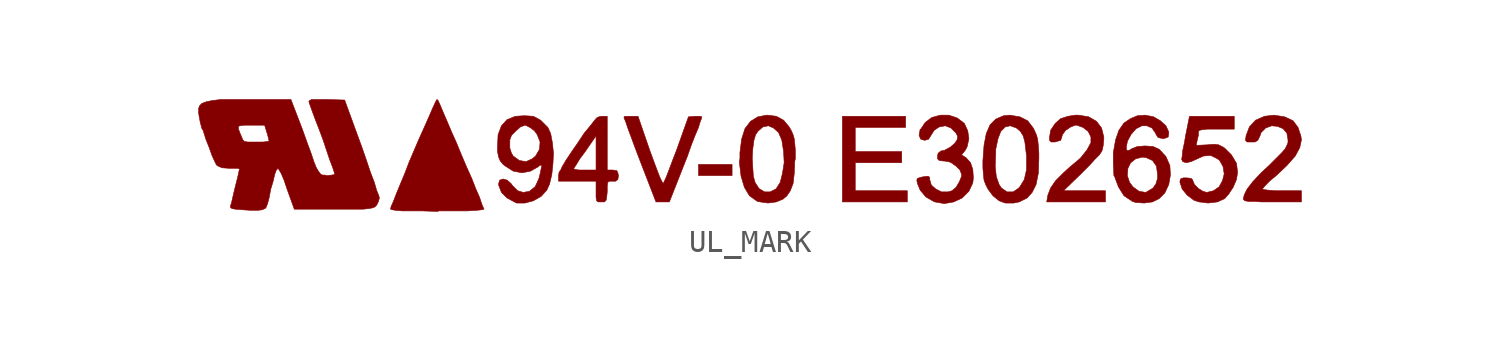
<source format=kicad_sym>
(kicad_symbol_lib
  (version 20220914)
  (generator kicad_symbol_editor)
  (symbol "UL_MARK"
    (pin_names
      (offset 1.016))
    (property "Reference" "LOGO"
      (at 0 -1.778 0)
      (effects (font (size 1.524 1.524)) hide))
    (symbol "UL_MARK_0_0"
      (polyline (pts (xy -0.762 -0.406) (xy -2.286 -0.406) (xy -2.286 -0.914) (xy -0.762 -0.914) (xy -0.762 -0.406)) (stroke (width 0.025) (type solid)) (fill (type outline)))
      (polyline (pts (xy 7.188 -1.6) (xy 4.826 -1.6) (xy 4.826 -0.33) (xy 6.934 -0.33) (xy 6.934 0.178) (xy 4.826 0.178) (xy 4.826 1.27) (xy 7.112 1.27) (xy 7.112 1.778) (xy 4.242 1.778) (xy 4.242 -2.108) (xy 7.188 -2.108) (xy 7.188 -1.6)) (stroke (width 0.025) (type solid)) (fill (type outline)))
      (polyline (pts (xy -2.896 -0.305) (xy -2.794 -0.051) (xy -2.616 0.457) (xy -2.438 0.914) (xy -2.286 1.27) (xy -2.21 1.524) (xy -2.159 1.651) (xy -2.134 1.753) (xy -2.21 1.778) (xy -2.413 1.778) (xy -2.743 1.753) (xy -3.277 0.254) (xy -3.454 -0.203) (xy -3.607 -0.61) (xy -3.734 -0.94) (xy -3.835 -1.168) (xy -3.886 -1.27) (xy -3.937 -1.194) (xy -4.039 -0.991) (xy -4.166 -0.66) (xy -4.318 -0.254) (xy -4.496 0.229) (xy -5.029 1.778) (xy -5.613 1.778) (xy -5.664 1.753) (xy -5.664 1.702) (xy -5.588 1.524) (xy -5.486 1.219) (xy -5.334 0.813) (xy -5.156 0.33) (xy -4.953 -0.203) (xy -4.216 -2.108) (xy -3.607 -2.108) (xy -2.896 -0.305)) (stroke (width 0.025) (type solid)) (fill (type outline)))
      (polyline (pts (xy -14.046 -2.515) (xy -12.751 -2.515) (xy -12.344 -2.489) (xy -12.116 -2.464) (xy -12.014 -2.438) (xy -12.04 -2.388) (xy -12.116 -2.21) (xy -12.217 -1.905) (xy -12.395 -1.499) (xy -12.573 -1.041) (xy -12.802 -0.533) (xy -13.03 0) (xy -13.259 0.559) (xy -13.487 1.067) (xy -13.691 1.549) (xy -13.868 1.956) (xy -13.995 2.261) (xy -14.097 2.489) (xy -14.148 2.54) (xy -14.173 2.515) (xy -14.249 2.362) (xy -14.376 2.083) (xy -14.529 1.727) (xy -14.732 1.27) (xy -14.961 0.762) (xy -15.418 -0.305) (xy -15.621 -0.838) (xy -15.824 -1.321) (xy -16.002 -1.753) (xy -16.129 -2.083) (xy -16.231 -2.311) (xy -16.256 -2.413) (xy -16.256 -2.438) (xy -16.18 -2.464) (xy -16.027 -2.489) (xy -15.748 -2.515) (xy -14.834 -2.515) (xy -14.148 -2.54) (xy -14.046 -2.515)) (stroke (width 0.025) (type solid)) (fill (type outline)))
      (polyline (pts (xy -6.477 -2.032) (xy -6.452 -1.905) (xy -6.426 -1.651) (xy -6.426 -1.372) (xy -6.401 -1.219) (xy -6.325 -1.168) (xy -6.045 -1.168) (xy -5.944 -1.092) (xy -5.918 -0.914) (xy -5.944 -0.787) (xy -5.994 -0.686) (xy -6.172 -0.66) (xy -6.426 -0.66) (xy -6.426 1.778) (xy -6.706 1.778) (xy -6.807 1.753) (xy -6.909 1.702) (xy -7.036 1.549) (xy -7.214 1.321) (xy -7.468 1.016) (xy -7.772 0.559) (xy -8.001 0.229) (xy -8.306 -0.229) (xy -8.484 -0.533) (xy -8.509 -0.61) (xy -7.95 -0.61) (xy -7.925 -0.559) (xy -7.823 -0.406) (xy -7.671 -0.152) (xy -7.442 0.152) (xy -6.934 0.889) (xy -6.934 -0.66) (xy -7.696 -0.66) (xy -7.874 -0.635) (xy -7.95 -0.61) (xy -8.509 -0.61) (xy -8.611 -0.762) (xy -8.636 -0.914) (xy -8.636 -1.168) (xy -6.934 -1.168) (xy -6.934 -1.905) (xy -6.909 -2.057) (xy -6.833 -2.108) (xy -6.553 -2.108) (xy -6.477 -2.032)) (stroke (width 0.025) (type solid)) (fill (type outline)))
      (polyline (pts (xy 16.18 -1.6) (xy 14.275 -1.6) (xy 15.088 -0.813) (xy 15.443 -0.457) (xy 15.697 -0.178) (xy 15.9 0.025) (xy 16.002 0.178) (xy 16.027 0.229) (xy 16.078 0.457) (xy 16.104 0.737) (xy 16.104 0.838) (xy 16.002 1.245) (xy 15.773 1.549) (xy 15.418 1.753) (xy 14.961 1.829) (xy 14.808 1.829) (xy 14.478 1.778) (xy 14.249 1.702) (xy 14.148 1.676) (xy 13.894 1.448) (xy 13.691 1.143) (xy 13.64 0.813) (xy 13.64 0.686) (xy 13.716 0.61) (xy 13.894 0.61) (xy 13.97 0.635) (xy 14.148 0.686) (xy 14.199 0.838) (xy 14.224 0.94) (xy 14.376 1.143) (xy 14.605 1.295) (xy 14.808 1.372) (xy 14.884 1.372) (xy 15.164 1.27) (xy 15.392 1.092) (xy 15.519 0.838) (xy 15.519 0.584) (xy 15.342 0.254) (xy 15.037 -0.127) (xy 14.554 -0.533) (xy 14.3 -0.762) (xy 13.919 -1.143) (xy 13.691 -1.473) (xy 13.564 -1.803) (xy 13.513 -2.108) (xy 16.18 -2.108) (xy 16.18 -1.6)) (stroke (width 0.025) (type solid)) (fill (type outline)))
      (polyline (pts (xy 25.07 -1.6) (xy 23.876 -1.6) (xy 23.571 -1.575) (xy 23.368 -1.549) (xy 23.292 -1.524) (xy 23.317 -1.499) (xy 23.444 -1.346) (xy 23.647 -1.143) (xy 23.927 -0.914) (xy 24.409 -0.457) (xy 24.79 -0.025) (xy 24.994 0.356) (xy 25.07 0.711) (xy 25.044 0.889) (xy 24.917 1.27) (xy 24.689 1.575) (xy 24.308 1.753) (xy 23.825 1.829) (xy 23.393 1.778) (xy 22.987 1.6) (xy 22.708 1.295) (xy 22.555 0.889) (xy 22.555 0.864) (xy 22.53 0.686) (xy 22.606 0.61) (xy 22.962 0.61) (xy 23.089 0.686) (xy 23.19 0.889) (xy 23.241 1.041) (xy 23.444 1.245) (xy 23.724 1.346) (xy 23.978 1.321) (xy 24.232 1.219) (xy 24.409 1.016) (xy 24.46 0.711) (xy 24.46 0.584) (xy 24.409 0.457) (xy 24.333 0.305) (xy 24.181 0.127) (xy 23.597 -0.457) (xy 23.216 -0.813) (xy 22.86 -1.194) (xy 22.606 -1.524) (xy 22.479 -1.778) (xy 22.428 -1.981) (xy 22.504 -2.057) (xy 22.657 -2.083) (xy 22.885 -2.083) (xy 23.241 -2.108) (xy 25.07 -2.108) (xy 25.07 -1.6)) (stroke (width 0.025) (type solid)) (fill (type outline)))
      (polyline (pts (xy 12.268 -2.108) (xy 12.624 -1.93) (xy 12.852 -1.676) (xy 13.03 -1.321) (xy 13.132 -0.813) (xy 13.157 -0.152) (xy 13.157 0.102) (xy 13.132 0.457) (xy 13.106 0.711) (xy 13.056 0.914) (xy 12.954 1.143) (xy 12.903 1.245) (xy 12.649 1.575) (xy 12.294 1.753) (xy 11.836 1.829) (xy 11.557 1.803) (xy 11.201 1.651) (xy 10.947 1.397) (xy 10.77 0.991) (xy 10.668 0.457) (xy 10.617 -0.254) (xy 10.617 -0.483) (xy 11.176 -0.483) (xy 11.201 0.127) (xy 11.201 0.279) (xy 11.303 0.762) (xy 11.43 1.092) (xy 11.633 1.295) (xy 11.862 1.346) (xy 12.141 1.245) (xy 12.319 1.092) (xy 12.446 0.889) (xy 12.522 0.61) (xy 12.573 0.178) (xy 12.598 -0.025) (xy 12.598 -0.635) (xy 12.497 -1.092) (xy 12.294 -1.422) (xy 12.217 -1.499) (xy 11.989 -1.651) (xy 11.709 -1.651) (xy 11.455 -1.473) (xy 11.354 -1.321) (xy 11.227 -0.965) (xy 11.176 -0.483) (xy 10.617 -0.483) (xy 10.617 -0.559) (xy 10.643 -0.889) (xy 10.668 -1.118) (xy 10.744 -1.321) (xy 10.846 -1.524) (xy 11.074 -1.829) (xy 11.354 -2.057) (xy 11.633 -2.159) (xy 12.014 -2.159) (xy 12.268 -2.108)) (stroke (width 0.025) (type solid)) (fill (type outline)))
      (polyline (pts (xy 1.245 -2.108) (xy 1.549 -1.981) (xy 1.727 -1.829) (xy 1.88 -1.6) (xy 2.007 -1.27) (xy 2.057 -0.838) (xy 2.083 -0.254) (xy 2.108 -0.152) (xy 2.108 0.254) (xy 2.083 0.533) (xy 2.057 0.762) (xy 2.007 0.94) (xy 1.93 1.118) (xy 1.829 1.295) (xy 1.575 1.6) (xy 1.245 1.778) (xy 0.838 1.829) (xy 0.813 1.829) (xy 0.406 1.753) (xy 0.076 1.549) (xy -0.178 1.219) (xy -0.33 0.737) (xy -0.406 0.127) (xy -0.406 -0.127) (xy 0.152 -0.127) (xy 0.178 0.305) (xy 0.229 0.686) (xy 0.305 0.94) (xy 0.406 1.092) (xy 0.635 1.295) (xy 0.889 1.346) (xy 1.118 1.245) (xy 1.346 1.041) (xy 1.499 0.686) (xy 1.499 0.66) (xy 1.575 0.178) (xy 1.6 -0.33) (xy 1.524 -0.813) (xy 1.422 -1.219) (xy 1.245 -1.499) (xy 1.219 -1.524) (xy 0.965 -1.651) (xy 0.711 -1.651) (xy 0.457 -1.499) (xy 0.279 -1.219) (xy 0.203 -0.94) (xy 0.178 -0.559) (xy 0.152 -0.127) (xy -0.406 -0.127) (xy -0.432 -0.305) (xy -0.356 -0.94) (xy -0.203 -1.448) (xy 0.025 -1.829) (xy 0.381 -2.083) (xy 0.508 -2.108) (xy 0.864 -2.159) (xy 1.245 -2.108)) (stroke (width 0.025) (type solid)) (fill (type outline)))
      (polyline (pts (xy 21.26 -2.108) (xy 21.59 -1.956) (xy 21.768 -1.753) (xy 21.971 -1.448) (xy 22.123 -1.092) (xy 22.174 -0.762) (xy 22.123 -0.356) (xy 21.895 0.025) (xy 21.59 0.33) (xy 21.514 0.381) (xy 21.311 0.483) (xy 21.107 0.508) (xy 20.803 0.483) (xy 20.295 0.457) (xy 20.345 0.711) (xy 20.396 0.914) (xy 20.396 1.092) (xy 20.447 1.143) (xy 20.574 1.168) (xy 20.803 1.194) (xy 22.022 1.194) (xy 22.022 1.778) (xy 19.99 1.778) (xy 19.812 0.889) (xy 19.761 0.584) (xy 19.685 0.229) (xy 19.66 -0.025) (xy 19.634 -0.178) (xy 19.685 -0.279) (xy 19.837 -0.33) (xy 20.066 -0.279) (xy 20.625 -0.025) (xy 20.955 0) (xy 21.26 -0.152) (xy 21.361 -0.229) (xy 21.514 -0.508) (xy 21.565 -0.838) (xy 21.488 -1.143) (xy 21.336 -1.422) (xy 21.082 -1.6) (xy 20.777 -1.676) (xy 20.599 -1.626) (xy 20.396 -1.499) (xy 20.218 -1.321) (xy 20.142 -1.143) (xy 20.142 -1.118) (xy 20.066 -1.041) (xy 19.863 -1.016) (xy 19.71 -1.016) (xy 19.583 -1.067) (xy 19.558 -1.168) (xy 19.558 -1.219) (xy 19.66 -1.524) (xy 19.888 -1.803) (xy 20.193 -2.032) (xy 20.422 -2.108) (xy 20.828 -2.159) (xy 21.26 -2.108)) (stroke (width 0.025) (type solid)) (fill (type outline)))
      (polyline (pts (xy 9.296 -2.108) (xy 9.677 -1.93) (xy 9.982 -1.626) (xy 10.16 -1.245) (xy 10.185 -1.016) (xy 10.16 -0.635) (xy 10.058 -0.33) (xy 9.855 -0.102) (xy 9.652 0.025) (xy 9.83 0.254) (xy 9.906 0.406) (xy 9.982 0.762) (xy 9.931 1.118) (xy 9.779 1.448) (xy 9.754 1.473) (xy 9.449 1.702) (xy 9.068 1.829) (xy 8.687 1.829) (xy 8.306 1.727) (xy 8.001 1.499) (xy 7.798 1.194) (xy 7.772 1.194) (xy 7.722 0.914) (xy 7.798 0.737) (xy 7.976 0.686) (xy 8.153 0.737) (xy 8.407 1.143) (xy 8.636 1.295) (xy 8.915 1.346) (xy 9.169 1.245) (xy 9.398 1.016) (xy 9.474 0.864) (xy 9.449 0.711) (xy 9.347 0.559) (xy 9.144 0.381) (xy 8.865 0.229) (xy 8.712 0.203) (xy 8.585 0.102) (xy 8.56 -0.025) (xy 8.56 -0.152) (xy 8.636 -0.229) (xy 8.839 -0.254) (xy 8.89 -0.254) (xy 9.144 -0.305) (xy 9.398 -0.483) (xy 9.576 -0.66) (xy 9.652 -0.864) (xy 9.652 -0.94) (xy 9.55 -1.194) (xy 9.398 -1.448) (xy 9.22 -1.6) (xy 9.042 -1.651) (xy 8.738 -1.651) (xy 8.484 -1.524) (xy 8.28 -1.346) (xy 8.204 -1.092) (xy 8.204 -0.991) (xy 8.128 -0.94) (xy 7.925 -0.965) (xy 7.798 -0.991) (xy 7.645 -1.041) (xy 7.62 -1.118) (xy 7.645 -1.27) (xy 7.772 -1.575) (xy 8.026 -1.88) (xy 8.331 -2.057) (xy 8.433 -2.108) (xy 8.865 -2.184) (xy 9.296 -2.108)) (stroke (width 0.025) (type solid)) (fill (type outline)))
      (polyline (pts (xy 18.313 -2.108) (xy 18.618 -1.956) (xy 18.872 -1.702) (xy 19.05 -1.321) (xy 19.126 -0.889) (xy 19.101 -0.457) (xy 18.923 -0.051) (xy 18.644 0.254) (xy 18.618 0.279) (xy 18.339 0.406) (xy 17.983 0.432) (xy 17.628 0.406) (xy 17.374 0.305) (xy 17.247 0.229) (xy 17.145 0.229) (xy 17.12 0.356) (xy 17.17 0.61) (xy 17.17 0.635) (xy 17.348 0.965) (xy 17.577 1.219) (xy 17.831 1.346) (xy 18.059 1.346) (xy 18.288 1.245) (xy 18.466 0.991) (xy 18.466 0.965) (xy 18.567 0.813) (xy 18.796 0.762) (xy 18.898 0.787) (xy 19.025 0.838) (xy 19.05 0.991) (xy 19.05 1.067) (xy 18.923 1.346) (xy 18.669 1.575) (xy 18.364 1.753) (xy 17.983 1.829) (xy 17.628 1.803) (xy 17.323 1.676) (xy 17.018 1.473) (xy 16.789 1.143) (xy 16.637 0.711) (xy 16.535 0.127) (xy 16.535 -0.33) (xy 16.561 -0.914) (xy 17.17 -0.914) (xy 17.196 -0.584) (xy 17.323 -0.33) (xy 17.551 -0.152) (xy 17.856 -0.076) (xy 18.034 -0.102) (xy 18.313 -0.229) (xy 18.491 -0.483) (xy 18.542 -0.864) (xy 18.542 -1.041) (xy 18.466 -1.295) (xy 18.339 -1.473) (xy 18.263 -1.524) (xy 18.009 -1.676) (xy 17.704 -1.626) (xy 17.424 -1.422) (xy 17.272 -1.219) (xy 17.17 -0.914) (xy 16.561 -0.914) (xy 16.586 -0.94) (xy 16.764 -1.422) (xy 17.018 -1.829) (xy 17.399 -2.083) (xy 17.551 -2.134) (xy 17.932 -2.159) (xy 18.313 -2.108)) (stroke (width 0.025) (type solid)) (fill (type outline)))
      (polyline (pts (xy -9.779 -2.057) (xy -9.423 -1.854) (xy -9.169 -1.575) (xy -9.042 -1.295) (xy -8.941 -0.864) (xy -8.89 -0.381) (xy -8.865 0.102) (xy -8.915 0.584) (xy -8.992 0.991) (xy -9.119 1.27) (xy -9.449 1.6) (xy -9.779 1.778) (xy -10.185 1.803) (xy -10.592 1.778) (xy -10.973 1.626) (xy -11.227 1.346) (xy -11.379 0.94) (xy -11.405 0.406) (xy -11.405 0.33) (xy -10.846 0.33) (xy -10.846 0.711) (xy -10.77 0.914) (xy -10.566 1.118) (xy -10.363 1.295) (xy -10.16 1.372) (xy -10.135 1.372) (xy -9.931 1.27) (xy -9.728 1.118) (xy -9.601 0.94) (xy -9.474 0.61) (xy -9.5 0.279) (xy -9.677 -0.025) (xy -9.83 -0.152) (xy -10.109 -0.279) (xy -10.414 -0.229) (xy -10.693 -0.025) (xy -10.77 0.102) (xy -10.846 0.33) (xy -11.405 0.33) (xy -11.405 0.178) (xy -11.354 -0.076) (xy -11.278 -0.254) (xy -11.151 -0.406) (xy -11.049 -0.483) (xy -10.693 -0.711) (xy -10.287 -0.787) (xy -9.906 -0.711) (xy -9.55 -0.508) (xy -9.5 -0.457) (xy -9.423 -0.432) (xy -9.398 -0.483) (xy -9.449 -0.711) (xy -9.449 -0.737) (xy -9.525 -1.041) (xy -9.627 -1.27) (xy -9.703 -1.422) (xy -9.957 -1.626) (xy -10.236 -1.676) (xy -10.49 -1.6) (xy -10.719 -1.372) (xy -10.795 -1.27) (xy -10.973 -1.118) (xy -11.151 -1.067) (xy -11.303 -1.118) (xy -11.354 -1.27) (xy -11.354 -1.346) (xy -11.227 -1.676) (xy -10.973 -1.93) (xy -10.592 -2.134) (xy -10.541 -2.159) (xy -10.16 -2.159) (xy -9.779 -2.057)) (stroke (width 0.025) (type solid)) (fill (type outline)))
      (polyline (pts (xy -22.073 -2.464) (xy -21.92 -2.388) (xy -21.844 -2.21) (xy -21.768 -1.93) (xy -21.692 -1.524) (xy -21.59 -1.194) (xy -21.514 -0.864) (xy -21.438 -0.66) (xy -21.361 -0.584) (xy -21.311 -0.66) (xy -21.209 -0.838) (xy -21.082 -1.143) (xy -20.955 -1.524) (xy -20.625 -2.438) (xy -17.501 -2.438) (xy -17.272 -2.413) (xy -17.12 -2.388) (xy -17.018 -2.362) (xy -16.942 -2.311) (xy -16.891 -2.261) (xy -16.815 -2.108) (xy -16.764 -1.93) (xy -16.789 -1.829) (xy -16.891 -1.575) (xy -16.993 -1.219) (xy -17.17 -0.762) (xy -17.348 -0.229) (xy -17.551 0.356) (xy -18.339 2.515) (xy -19.177 2.54) (xy -19.837 2.54) (xy -19.939 2.489) (xy -19.964 2.438) (xy -19.939 2.362) (xy -19.812 2.007) (xy -19.66 1.6) (xy -19.482 1.143) (xy -19.304 0.66) (xy -19.025 -0.178) (xy -18.898 -0.508) (xy -18.821 -0.737) (xy -18.796 -0.838) (xy -18.796 -0.864) (xy -18.923 -0.889) (xy -19.152 -0.914) (xy -19.228 -0.889) (xy -19.329 -0.889) (xy -19.406 -0.864) (xy -19.456 -0.813) (xy -19.533 -0.711) (xy -19.634 -0.533) (xy -19.736 -0.279) (xy -19.863 0.102) (xy -20.041 0.584) (xy -20.269 1.219) (xy -20.777 2.54) (xy -23.952 2.54) (xy -24.359 2.489) (xy -24.613 2.438) (xy -24.816 2.362) (xy -24.917 2.261) (xy -24.968 2.134) (xy -24.968 1.956) (xy -24.943 1.778) (xy -24.892 1.499) (xy -24.816 1.219) (xy -23.165 1.219) (xy -23.165 1.321) (xy -23.089 1.346) (xy -22.911 1.372) (xy -21.971 1.372) (xy -21.869 1.041) (xy -21.844 0.965) (xy -21.768 0.66) (xy -21.844 0.635) (xy -22.047 0.61) (xy -22.733 0.61) (xy -22.885 0.635) (xy -22.962 0.711) (xy -23.012 0.838) (xy -23.089 1.016) (xy -23.165 1.219) (xy -24.816 1.219) (xy -24.765 1.143) (xy -24.638 0.737) (xy -24.486 0.356) (xy -24.359 0) (xy -24.232 -0.279) (xy -24.155 -0.432) (xy -24.079 -0.483) (xy -23.901 -0.559) (xy -23.571 -0.584) (xy -23.19 -0.584) (xy -23.114 -0.61) (xy -23.139 -0.737) (xy -23.19 -0.965) (xy -23.343 -1.575) (xy -23.419 -1.905) (xy -23.47 -2.134) (xy -23.52 -2.286) (xy -23.52 -2.362) (xy -23.444 -2.413) (xy -23.292 -2.438) (xy -22.987 -2.464) (xy -22.606 -2.489) (xy -22.276 -2.489) (xy -22.073 -2.464)) (stroke (width 0.025) (type solid)) (fill (type outline))))))
</source>
